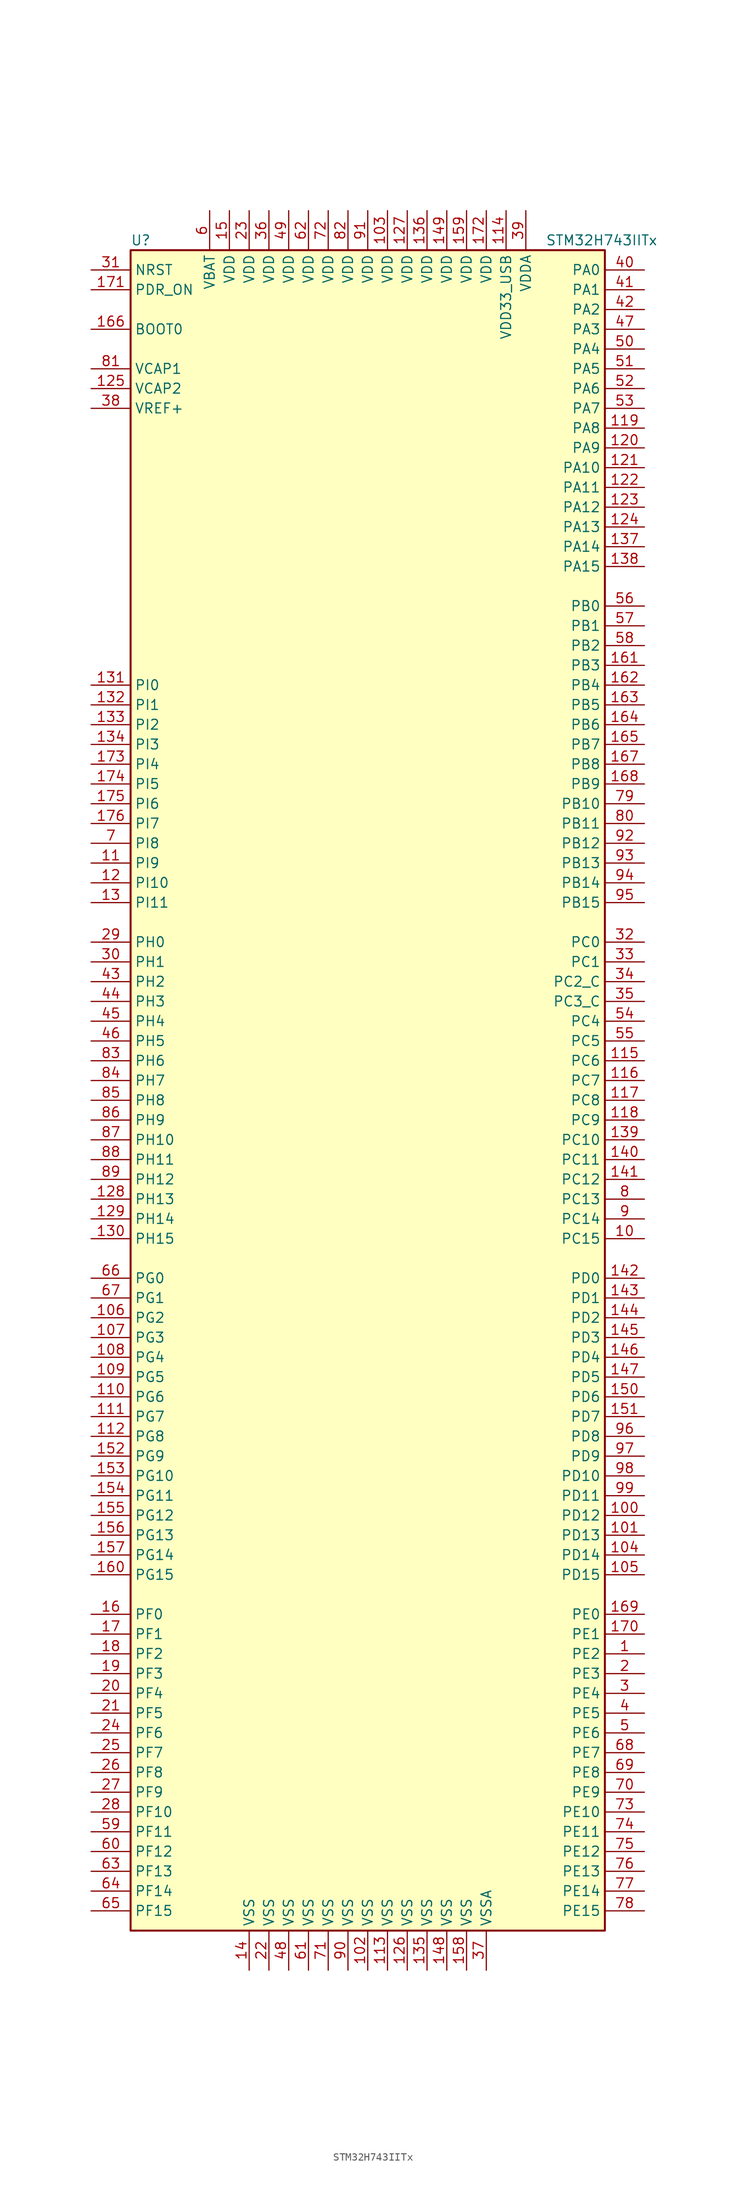
<source format=kicad_sym>
(kicad_symbol_lib
  (version 20201005)
  (generator kicad_symbol_editor)
  (symbol "STM32H743IITx"
    (property "Reference" "U"
      (at -30.48 107.95 0)
      (effects (font (size 1.27 1.27)) (justify left)))
    (property "Value" "STM32H743IITx"
      (at 22.86 107.95 0)
      (effects (font (size 1.27 1.27)) (justify left)))
    (symbol "STM32H743IITx_0_1"
      (rectangle (start -30.48 -109.22) (end 30.48 106.68) (stroke (width 0.254)) (fill (type background))))
    (symbol "STM32H743IITx_1_1"
      (pin bidirectional line (at 35.56 -73.66 180) (length 5.08) (name "PE2" (effects (font (size 1.27 1.27)))) (number "1" (effects (font (size 1.27 1.27)))))
      (pin bidirectional line (at 35.56 -20.32 180) (length 5.08) (name "PC15" (effects (font (size 1.27 1.27)))) (number "10" (effects (font (size 1.27 1.27)))))
      (pin bidirectional line (at 35.56 -55.88 180) (length 5.08) (name "PD12" (effects (font (size 1.27 1.27)))) (number "100" (effects (font (size 1.27 1.27)))))
      (pin bidirectional line (at 35.56 -58.42 180) (length 5.08) (name "PD13" (effects (font (size 1.27 1.27)))) (number "101" (effects (font (size 1.27 1.27)))))
      (pin power_in line (at 0 -114.3 90) (length 5.08) (name "VSS" (effects (font (size 1.27 1.27)))) (number "102" (effects (font (size 1.27 1.27)))))
      (pin power_in line (at 2.54 111.76 270) (length 5.08) (name "VDD" (effects (font (size 1.27 1.27)))) (number "103" (effects (font (size 1.27 1.27)))))
      (pin bidirectional line (at 35.56 -60.96 180) (length 5.08) (name "PD14" (effects (font (size 1.27 1.27)))) (number "104" (effects (font (size 1.27 1.27)))))
      (pin bidirectional line (at 35.56 -63.5 180) (length 5.08) (name "PD15" (effects (font (size 1.27 1.27)))) (number "105" (effects (font (size 1.27 1.27)))))
      (pin bidirectional line (at -35.56 -30.48 0) (length 5.08) (name "PG2" (effects (font (size 1.27 1.27)))) (number "106" (effects (font (size 1.27 1.27)))))
      (pin bidirectional line (at -35.56 -33.02 0) (length 5.08) (name "PG3" (effects (font (size 1.27 1.27)))) (number "107" (effects (font (size 1.27 1.27)))))
      (pin bidirectional line (at -35.56 -35.56 0) (length 5.08) (name "PG4" (effects (font (size 1.27 1.27)))) (number "108" (effects (font (size 1.27 1.27)))))
      (pin bidirectional line (at -35.56 -38.1 0) (length 5.08) (name "PG5" (effects (font (size 1.27 1.27)))) (number "109" (effects (font (size 1.27 1.27)))))
      (pin bidirectional line (at -35.56 27.94 0) (length 5.08) (name "PI9" (effects (font (size 1.27 1.27)))) (number "11" (effects (font (size 1.27 1.27)))))
      (pin bidirectional line (at -35.56 -40.64 0) (length 5.08) (name "PG6" (effects (font (size 1.27 1.27)))) (number "110" (effects (font (size 1.27 1.27)))))
      (pin bidirectional line (at -35.56 -43.18 0) (length 5.08) (name "PG7" (effects (font (size 1.27 1.27)))) (number "111" (effects (font (size 1.27 1.27)))))
      (pin bidirectional line (at -35.56 -45.72 0) (length 5.08) (name "PG8" (effects (font (size 1.27 1.27)))) (number "112" (effects (font (size 1.27 1.27)))))
      (pin power_in line (at 2.54 -114.3 90) (length 5.08) (name "VSS" (effects (font (size 1.27 1.27)))) (number "113" (effects (font (size 1.27 1.27)))))
      (pin power_in line (at 17.78 111.76 270) (length 5.08) (name "VDD33_USB" (effects (font (size 1.27 1.27)))) (number "114" (effects (font (size 1.27 1.27)))))
      (pin bidirectional line (at 35.56 2.54 180) (length 5.08) (name "PC6" (effects (font (size 1.27 1.27)))) (number "115" (effects (font (size 1.27 1.27)))))
      (pin bidirectional line (at 35.56 0 180) (length 5.08) (name "PC7" (effects (font (size 1.27 1.27)))) (number "116" (effects (font (size 1.27 1.27)))))
      (pin bidirectional line (at 35.56 -2.54 180) (length 5.08) (name "PC8" (effects (font (size 1.27 1.27)))) (number "117" (effects (font (size 1.27 1.27)))))
      (pin bidirectional line (at 35.56 -5.08 180) (length 5.08) (name "PC9" (effects (font (size 1.27 1.27)))) (number "118" (effects (font (size 1.27 1.27)))))
      (pin bidirectional line (at 35.56 83.82 180) (length 5.08) (name "PA8" (effects (font (size 1.27 1.27)))) (number "119" (effects (font (size 1.27 1.27)))))
      (pin bidirectional line (at -35.56 25.4 0) (length 5.08) (name "PI10" (effects (font (size 1.27 1.27)))) (number "12" (effects (font (size 1.27 1.27)))))
      (pin bidirectional line (at 35.56 81.28 180) (length 5.08) (name "PA9" (effects (font (size 1.27 1.27)))) (number "120" (effects (font (size 1.27 1.27)))))
      (pin bidirectional line (at 35.56 78.74 180) (length 5.08) (name "PA10" (effects (font (size 1.27 1.27)))) (number "121" (effects (font (size 1.27 1.27)))))
      (pin bidirectional line (at 35.56 76.2 180) (length 5.08) (name "PA11" (effects (font (size 1.27 1.27)))) (number "122" (effects (font (size 1.27 1.27)))))
      (pin bidirectional line (at 35.56 73.66 180) (length 5.08) (name "PA12" (effects (font (size 1.27 1.27)))) (number "123" (effects (font (size 1.27 1.27)))))
      (pin bidirectional line (at 35.56 71.12 180) (length 5.08) (name "PA13" (effects (font (size 1.27 1.27)))) (number "124" (effects (font (size 1.27 1.27)))))
      (pin power_in line (at -35.56 88.9 0) (length 5.08) (name "VCAP2" (effects (font (size 1.27 1.27)))) (number "125" (effects (font (size 1.27 1.27)))))
      (pin power_in line (at 5.08 -114.3 90) (length 5.08) (name "VSS" (effects (font (size 1.27 1.27)))) (number "126" (effects (font (size 1.27 1.27)))))
      (pin power_in line (at 5.08 111.76 270) (length 5.08) (name "VDD" (effects (font (size 1.27 1.27)))) (number "127" (effects (font (size 1.27 1.27)))))
      (pin bidirectional line (at -35.56 -15.24 0) (length 5.08) (name "PH13" (effects (font (size 1.27 1.27)))) (number "128" (effects (font (size 1.27 1.27)))))
      (pin bidirectional line (at -35.56 -17.78 0) (length 5.08) (name "PH14" (effects (font (size 1.27 1.27)))) (number "129" (effects (font (size 1.27 1.27)))))
      (pin bidirectional line (at -35.56 22.86 0) (length 5.08) (name "PI11" (effects (font (size 1.27 1.27)))) (number "13" (effects (font (size 1.27 1.27)))))
      (pin bidirectional line (at -35.56 -20.32 0) (length 5.08) (name "PH15" (effects (font (size 1.27 1.27)))) (number "130" (effects (font (size 1.27 1.27)))))
      (pin bidirectional line (at -35.56 50.8 0) (length 5.08) (name "PI0" (effects (font (size 1.27 1.27)))) (number "131" (effects (font (size 1.27 1.27)))))
      (pin bidirectional line (at -35.56 48.26 0) (length 5.08) (name "PI1" (effects (font (size 1.27 1.27)))) (number "132" (effects (font (size 1.27 1.27)))))
      (pin bidirectional line (at -35.56 45.72 0) (length 5.08) (name "PI2" (effects (font (size 1.27 1.27)))) (number "133" (effects (font (size 1.27 1.27)))))
      (pin bidirectional line (at -35.56 43.18 0) (length 5.08) (name "PI3" (effects (font (size 1.27 1.27)))) (number "134" (effects (font (size 1.27 1.27)))))
      (pin power_in line (at 7.62 -114.3 90) (length 5.08) (name "VSS" (effects (font (size 1.27 1.27)))) (number "135" (effects (font (size 1.27 1.27)))))
      (pin power_in line (at 7.62 111.76 270) (length 5.08) (name "VDD" (effects (font (size 1.27 1.27)))) (number "136" (effects (font (size 1.27 1.27)))))
      (pin bidirectional line (at 35.56 68.58 180) (length 5.08) (name "PA14" (effects (font (size 1.27 1.27)))) (number "137" (effects (font (size 1.27 1.27)))))
      (pin bidirectional line (at 35.56 66.04 180) (length 5.08) (name "PA15" (effects (font (size 1.27 1.27)))) (number "138" (effects (font (size 1.27 1.27)))))
      (pin bidirectional line (at 35.56 -7.62 180) (length 5.08) (name "PC10" (effects (font (size 1.27 1.27)))) (number "139" (effects (font (size 1.27 1.27)))))
      (pin power_in line (at -15.24 -114.3 90) (length 5.08) (name "VSS" (effects (font (size 1.27 1.27)))) (number "14" (effects (font (size 1.27 1.27)))))
      (pin bidirectional line (at 35.56 -10.16 180) (length 5.08) (name "PC11" (effects (font (size 1.27 1.27)))) (number "140" (effects (font (size 1.27 1.27)))))
      (pin bidirectional line (at 35.56 -12.7 180) (length 5.08) (name "PC12" (effects (font (size 1.27 1.27)))) (number "141" (effects (font (size 1.27 1.27)))))
      (pin bidirectional line (at 35.56 -25.4 180) (length 5.08) (name "PD0" (effects (font (size 1.27 1.27)))) (number "142" (effects (font (size 1.27 1.27)))))
      (pin bidirectional line (at 35.56 -27.94 180) (length 5.08) (name "PD1" (effects (font (size 1.27 1.27)))) (number "143" (effects (font (size 1.27 1.27)))))
      (pin bidirectional line (at 35.56 -30.48 180) (length 5.08) (name "PD2" (effects (font (size 1.27 1.27)))) (number "144" (effects (font (size 1.27 1.27)))))
      (pin bidirectional line (at 35.56 -33.02 180) (length 5.08) (name "PD3" (effects (font (size 1.27 1.27)))) (number "145" (effects (font (size 1.27 1.27)))))
      (pin bidirectional line (at 35.56 -35.56 180) (length 5.08) (name "PD4" (effects (font (size 1.27 1.27)))) (number "146" (effects (font (size 1.27 1.27)))))
      (pin bidirectional line (at 35.56 -38.1 180) (length 5.08) (name "PD5" (effects (font (size 1.27 1.27)))) (number "147" (effects (font (size 1.27 1.27)))))
      (pin power_in line (at 10.16 -114.3 90) (length 5.08) (name "VSS" (effects (font (size 1.27 1.27)))) (number "148" (effects (font (size 1.27 1.27)))))
      (pin power_in line (at 10.16 111.76 270) (length 5.08) (name "VDD" (effects (font (size 1.27 1.27)))) (number "149" (effects (font (size 1.27 1.27)))))
      (pin power_in line (at -17.78 111.76 270) (length 5.08) (name "VDD" (effects (font (size 1.27 1.27)))) (number "15" (effects (font (size 1.27 1.27)))))
      (pin bidirectional line (at 35.56 -40.64 180) (length 5.08) (name "PD6" (effects (font (size 1.27 1.27)))) (number "150" (effects (font (size 1.27 1.27)))))
      (pin bidirectional line (at 35.56 -43.18 180) (length 5.08) (name "PD7" (effects (font (size 1.27 1.27)))) (number "151" (effects (font (size 1.27 1.27)))))
      (pin bidirectional line (at -35.56 -48.26 0) (length 5.08) (name "PG9" (effects (font (size 1.27 1.27)))) (number "152" (effects (font (size 1.27 1.27)))))
      (pin bidirectional line (at -35.56 -50.8 0) (length 5.08) (name "PG10" (effects (font (size 1.27 1.27)))) (number "153" (effects (font (size 1.27 1.27)))))
      (pin bidirectional line (at -35.56 -53.34 0) (length 5.08) (name "PG11" (effects (font (size 1.27 1.27)))) (number "154" (effects (font (size 1.27 1.27)))))
      (pin bidirectional line (at -35.56 -55.88 0) (length 5.08) (name "PG12" (effects (font (size 1.27 1.27)))) (number "155" (effects (font (size 1.27 1.27)))))
      (pin bidirectional line (at -35.56 -58.42 0) (length 5.08) (name "PG13" (effects (font (size 1.27 1.27)))) (number "156" (effects (font (size 1.27 1.27)))))
      (pin bidirectional line (at -35.56 -60.96 0) (length 5.08) (name "PG14" (effects (font (size 1.27 1.27)))) (number "157" (effects (font (size 1.27 1.27)))))
      (pin power_in line (at 12.7 -114.3 90) (length 5.08) (name "VSS" (effects (font (size 1.27 1.27)))) (number "158" (effects (font (size 1.27 1.27)))))
      (pin power_in line (at 12.7 111.76 270) (length 5.08) (name "VDD" (effects (font (size 1.27 1.27)))) (number "159" (effects (font (size 1.27 1.27)))))
      (pin bidirectional line (at -35.56 -68.58 0) (length 5.08) (name "PF0" (effects (font (size 1.27 1.27)))) (number "16" (effects (font (size 1.27 1.27)))))
      (pin bidirectional line (at -35.56 -63.5 0) (length 5.08) (name "PG15" (effects (font (size 1.27 1.27)))) (number "160" (effects (font (size 1.27 1.27)))))
      (pin bidirectional line (at 35.56 53.34 180) (length 5.08) (name "PB3" (effects (font (size 1.27 1.27)))) (number "161" (effects (font (size 1.27 1.27)))))
      (pin bidirectional line (at 35.56 50.8 180) (length 5.08) (name "PB4" (effects (font (size 1.27 1.27)))) (number "162" (effects (font (size 1.27 1.27)))))
      (pin bidirectional line (at 35.56 48.26 180) (length 5.08) (name "PB5" (effects (font (size 1.27 1.27)))) (number "163" (effects (font (size 1.27 1.27)))))
      (pin bidirectional line (at 35.56 45.72 180) (length 5.08) (name "PB6" (effects (font (size 1.27 1.27)))) (number "164" (effects (font (size 1.27 1.27)))))
      (pin bidirectional line (at 35.56 43.18 180) (length 5.08) (name "PB7" (effects (font (size 1.27 1.27)))) (number "165" (effects (font (size 1.27 1.27)))))
      (pin input line (at -35.56 96.52 0) (length 5.08) (name "BOOT0" (effects (font (size 1.27 1.27)))) (number "166" (effects (font (size 1.27 1.27)))))
      (pin bidirectional line (at 35.56 40.64 180) (length 5.08) (name "PB8" (effects (font (size 1.27 1.27)))) (number "167" (effects (font (size 1.27 1.27)))))
      (pin bidirectional line (at 35.56 38.1 180) (length 5.08) (name "PB9" (effects (font (size 1.27 1.27)))) (number "168" (effects (font (size 1.27 1.27)))))
      (pin bidirectional line (at 35.56 -68.58 180) (length 5.08) (name "PE0" (effects (font (size 1.27 1.27)))) (number "169" (effects (font (size 1.27 1.27)))))
      (pin bidirectional line (at -35.56 -71.12 0) (length 5.08) (name "PF1" (effects (font (size 1.27 1.27)))) (number "17" (effects (font (size 1.27 1.27)))))
      (pin bidirectional line (at 35.56 -71.12 180) (length 5.08) (name "PE1" (effects (font (size 1.27 1.27)))) (number "170" (effects (font (size 1.27 1.27)))))
      (pin input line (at -35.56 101.6 0) (length 5.08) (name "PDR_ON" (effects (font (size 1.27 1.27)))) (number "171" (effects (font (size 1.27 1.27)))))
      (pin power_in line (at 15.24 111.76 270) (length 5.08) (name "VDD" (effects (font (size 1.27 1.27)))) (number "172" (effects (font (size 1.27 1.27)))))
      (pin bidirectional line (at -35.56 40.64 0) (length 5.08) (name "PI4" (effects (font (size 1.27 1.27)))) (number "173" (effects (font (size 1.27 1.27)))))
      (pin bidirectional line (at -35.56 38.1 0) (length 5.08) (name "PI5" (effects (font (size 1.27 1.27)))) (number "174" (effects (font (size 1.27 1.27)))))
      (pin bidirectional line (at -35.56 35.56 0) (length 5.08) (name "PI6" (effects (font (size 1.27 1.27)))) (number "175" (effects (font (size 1.27 1.27)))))
      (pin bidirectional line (at -35.56 33.02 0) (length 5.08) (name "PI7" (effects (font (size 1.27 1.27)))) (number "176" (effects (font (size 1.27 1.27)))))
      (pin bidirectional line (at -35.56 -73.66 0) (length 5.08) (name "PF2" (effects (font (size 1.27 1.27)))) (number "18" (effects (font (size 1.27 1.27)))))
      (pin bidirectional line (at -35.56 -76.2 0) (length 5.08) (name "PF3" (effects (font (size 1.27 1.27)))) (number "19" (effects (font (size 1.27 1.27)))))
      (pin bidirectional line (at 35.56 -76.2 180) (length 5.08) (name "PE3" (effects (font (size 1.27 1.27)))) (number "2" (effects (font (size 1.27 1.27)))))
      (pin bidirectional line (at -35.56 -78.74 0) (length 5.08) (name "PF4" (effects (font (size 1.27 1.27)))) (number "20" (effects (font (size 1.27 1.27)))))
      (pin bidirectional line (at -35.56 -81.28 0) (length 5.08) (name "PF5" (effects (font (size 1.27 1.27)))) (number "21" (effects (font (size 1.27 1.27)))))
      (pin power_in line (at -12.7 -114.3 90) (length 5.08) (name "VSS" (effects (font (size 1.27 1.27)))) (number "22" (effects (font (size 1.27 1.27)))))
      (pin power_in line (at -15.24 111.76 270) (length 5.08) (name "VDD" (effects (font (size 1.27 1.27)))) (number "23" (effects (font (size 1.27 1.27)))))
      (pin bidirectional line (at -35.56 -83.82 0) (length 5.08) (name "PF6" (effects (font (size 1.27 1.27)))) (number "24" (effects (font (size 1.27 1.27)))))
      (pin bidirectional line (at -35.56 -86.36 0) (length 5.08) (name "PF7" (effects (font (size 1.27 1.27)))) (number "25" (effects (font (size 1.27 1.27)))))
      (pin bidirectional line (at -35.56 -88.9 0) (length 5.08) (name "PF8" (effects (font (size 1.27 1.27)))) (number "26" (effects (font (size 1.27 1.27)))))
      (pin bidirectional line (at -35.56 -91.44 0) (length 5.08) (name "PF9" (effects (font (size 1.27 1.27)))) (number "27" (effects (font (size 1.27 1.27)))))
      (pin bidirectional line (at -35.56 -93.98 0) (length 5.08) (name "PF10" (effects (font (size 1.27 1.27)))) (number "28" (effects (font (size 1.27 1.27)))))
      (pin input line (at -35.56 17.78 0) (length 5.08) (name "PH0" (effects (font (size 1.27 1.27)))) (number "29" (effects (font (size 1.27 1.27)))))
      (pin bidirectional line (at 35.56 -78.74 180) (length 5.08) (name "PE4" (effects (font (size 1.27 1.27)))) (number "3" (effects (font (size 1.27 1.27)))))
      (pin input line (at -35.56 15.24 0) (length 5.08) (name "PH1" (effects (font (size 1.27 1.27)))) (number "30" (effects (font (size 1.27 1.27)))))
      (pin input line (at -35.56 104.14 0) (length 5.08) (name "NRST" (effects (font (size 1.27 1.27)))) (number "31" (effects (font (size 1.27 1.27)))))
      (pin bidirectional line (at 35.56 17.78 180) (length 5.08) (name "PC0" (effects (font (size 1.27 1.27)))) (number "32" (effects (font (size 1.27 1.27)))))
      (pin bidirectional line (at 35.56 15.24 180) (length 5.08) (name "PC1" (effects (font (size 1.27 1.27)))) (number "33" (effects (font (size 1.27 1.27)))))
      (pin bidirectional line (at 35.56 12.7 180) (length 5.08) (name "PC2_C" (effects (font (size 1.27 1.27)))) (number "34" (effects (font (size 1.27 1.27)))))
      (pin bidirectional line (at 35.56 10.16 180) (length 5.08) (name "PC3_C" (effects (font (size 1.27 1.27)))) (number "35" (effects (font (size 1.27 1.27)))))
      (pin power_in line (at -12.7 111.76 270) (length 5.08) (name "VDD" (effects (font (size 1.27 1.27)))) (number "36" (effects (font (size 1.27 1.27)))))
      (pin power_in line (at 15.24 -114.3 90) (length 5.08) (name "VSSA" (effects (font (size 1.27 1.27)))) (number "37" (effects (font (size 1.27 1.27)))))
      (pin bidirectional line (at -35.56 86.36 0) (length 5.08) (name "VREF+" (effects (font (size 1.27 1.27)))) (number "38" (effects (font (size 1.27 1.27)))))
      (pin power_in line (at 20.32 111.76 270) (length 5.08) (name "VDDA" (effects (font (size 1.27 1.27)))) (number "39" (effects (font (size 1.27 1.27)))))
      (pin bidirectional line (at 35.56 -81.28 180) (length 5.08) (name "PE5" (effects (font (size 1.27 1.27)))) (number "4" (effects (font (size 1.27 1.27)))))
      (pin bidirectional line (at 35.56 104.14 180) (length 5.08) (name "PA0" (effects (font (size 1.27 1.27)))) (number "40" (effects (font (size 1.27 1.27)))))
      (pin bidirectional line (at 35.56 101.6 180) (length 5.08) (name "PA1" (effects (font (size 1.27 1.27)))) (number "41" (effects (font (size 1.27 1.27)))))
      (pin bidirectional line (at 35.56 99.06 180) (length 5.08) (name "PA2" (effects (font (size 1.27 1.27)))) (number "42" (effects (font (size 1.27 1.27)))))
      (pin bidirectional line (at -35.56 12.7 0) (length 5.08) (name "PH2" (effects (font (size 1.27 1.27)))) (number "43" (effects (font (size 1.27 1.27)))))
      (pin bidirectional line (at -35.56 10.16 0) (length 5.08) (name "PH3" (effects (font (size 1.27 1.27)))) (number "44" (effects (font (size 1.27 1.27)))))
      (pin bidirectional line (at -35.56 7.62 0) (length 5.08) (name "PH4" (effects (font (size 1.27 1.27)))) (number "45" (effects (font (size 1.27 1.27)))))
      (pin bidirectional line (at -35.56 5.08 0) (length 5.08) (name "PH5" (effects (font (size 1.27 1.27)))) (number "46" (effects (font (size 1.27 1.27)))))
      (pin bidirectional line (at 35.56 96.52 180) (length 5.08) (name "PA3" (effects (font (size 1.27 1.27)))) (number "47" (effects (font (size 1.27 1.27)))))
      (pin power_in line (at -10.16 -114.3 90) (length 5.08) (name "VSS" (effects (font (size 1.27 1.27)))) (number "48" (effects (font (size 1.27 1.27)))))
      (pin power_in line (at -10.16 111.76 270) (length 5.08) (name "VDD" (effects (font (size 1.27 1.27)))) (number "49" (effects (font (size 1.27 1.27)))))
      (pin bidirectional line (at 35.56 -83.82 180) (length 5.08) (name "PE6" (effects (font (size 1.27 1.27)))) (number "5" (effects (font (size 1.27 1.27)))))
      (pin bidirectional line (at 35.56 93.98 180) (length 5.08) (name "PA4" (effects (font (size 1.27 1.27)))) (number "50" (effects (font (size 1.27 1.27)))))
      (pin bidirectional line (at 35.56 91.44 180) (length 5.08) (name "PA5" (effects (font (size 1.27 1.27)))) (number "51" (effects (font (size 1.27 1.27)))))
      (pin bidirectional line (at 35.56 88.9 180) (length 5.08) (name "PA6" (effects (font (size 1.27 1.27)))) (number "52" (effects (font (size 1.27 1.27)))))
      (pin bidirectional line (at 35.56 86.36 180) (length 5.08) (name "PA7" (effects (font (size 1.27 1.27)))) (number "53" (effects (font (size 1.27 1.27)))))
      (pin bidirectional line (at 35.56 7.62 180) (length 5.08) (name "PC4" (effects (font (size 1.27 1.27)))) (number "54" (effects (font (size 1.27 1.27)))))
      (pin bidirectional line (at 35.56 5.08 180) (length 5.08) (name "PC5" (effects (font (size 1.27 1.27)))) (number "55" (effects (font (size 1.27 1.27)))))
      (pin bidirectional line (at 35.56 60.96 180) (length 5.08) (name "PB0" (effects (font (size 1.27 1.27)))) (number "56" (effects (font (size 1.27 1.27)))))
      (pin bidirectional line (at 35.56 58.42 180) (length 5.08) (name "PB1" (effects (font (size 1.27 1.27)))) (number "57" (effects (font (size 1.27 1.27)))))
      (pin bidirectional line (at 35.56 55.88 180) (length 5.08) (name "PB2" (effects (font (size 1.27 1.27)))) (number "58" (effects (font (size 1.27 1.27)))))
      (pin bidirectional line (at -35.56 -96.52 0) (length 5.08) (name "PF11" (effects (font (size 1.27 1.27)))) (number "59" (effects (font (size 1.27 1.27)))))
      (pin power_in line (at -20.32 111.76 270) (length 5.08) (name "VBAT" (effects (font (size 1.27 1.27)))) (number "6" (effects (font (size 1.27 1.27)))))
      (pin bidirectional line (at -35.56 -99.06 0) (length 5.08) (name "PF12" (effects (font (size 1.27 1.27)))) (number "60" (effects (font (size 1.27 1.27)))))
      (pin power_in line (at -7.62 -114.3 90) (length 5.08) (name "VSS" (effects (font (size 1.27 1.27)))) (number "61" (effects (font (size 1.27 1.27)))))
      (pin power_in line (at -7.62 111.76 270) (length 5.08) (name "VDD" (effects (font (size 1.27 1.27)))) (number "62" (effects (font (size 1.27 1.27)))))
      (pin bidirectional line (at -35.56 -101.6 0) (length 5.08) (name "PF13" (effects (font (size 1.27 1.27)))) (number "63" (effects (font (size 1.27 1.27)))))
      (pin bidirectional line (at -35.56 -104.14 0) (length 5.08) (name "PF14" (effects (font (size 1.27 1.27)))) (number "64" (effects (font (size 1.27 1.27)))))
      (pin bidirectional line (at -35.56 -106.68 0) (length 5.08) (name "PF15" (effects (font (size 1.27 1.27)))) (number "65" (effects (font (size 1.27 1.27)))))
      (pin bidirectional line (at -35.56 -25.4 0) (length 5.08) (name "PG0" (effects (font (size 1.27 1.27)))) (number "66" (effects (font (size 1.27 1.27)))))
      (pin bidirectional line (at -35.56 -27.94 0) (length 5.08) (name "PG1" (effects (font (size 1.27 1.27)))) (number "67" (effects (font (size 1.27 1.27)))))
      (pin bidirectional line (at 35.56 -86.36 180) (length 5.08) (name "PE7" (effects (font (size 1.27 1.27)))) (number "68" (effects (font (size 1.27 1.27)))))
      (pin bidirectional line (at 35.56 -88.9 180) (length 5.08) (name "PE8" (effects (font (size 1.27 1.27)))) (number "69" (effects (font (size 1.27 1.27)))))
      (pin bidirectional line (at -35.56 30.48 0) (length 5.08) (name "PI8" (effects (font (size 1.27 1.27)))) (number "7" (effects (font (size 1.27 1.27)))))
      (pin bidirectional line (at 35.56 -91.44 180) (length 5.08) (name "PE9" (effects (font (size 1.27 1.27)))) (number "70" (effects (font (size 1.27 1.27)))))
      (pin power_in line (at -5.08 -114.3 90) (length 5.08) (name "VSS" (effects (font (size 1.27 1.27)))) (number "71" (effects (font (size 1.27 1.27)))))
      (pin power_in line (at -5.08 111.76 270) (length 5.08) (name "VDD" (effects (font (size 1.27 1.27)))) (number "72" (effects (font (size 1.27 1.27)))))
      (pin bidirectional line (at 35.56 -93.98 180) (length 5.08) (name "PE10" (effects (font (size 1.27 1.27)))) (number "73" (effects (font (size 1.27 1.27)))))
      (pin bidirectional line (at 35.56 -96.52 180) (length 5.08) (name "PE11" (effects (font (size 1.27 1.27)))) (number "74" (effects (font (size 1.27 1.27)))))
      (pin bidirectional line (at 35.56 -99.06 180) (length 5.08) (name "PE12" (effects (font (size 1.27 1.27)))) (number "75" (effects (font (size 1.27 1.27)))))
      (pin bidirectional line (at 35.56 -101.6 180) (length 5.08) (name "PE13" (effects (font (size 1.27 1.27)))) (number "76" (effects (font (size 1.27 1.27)))))
      (pin bidirectional line (at 35.56 -104.14 180) (length 5.08) (name "PE14" (effects (font (size 1.27 1.27)))) (number "77" (effects (font (size 1.27 1.27)))))
      (pin bidirectional line (at 35.56 -106.68 180) (length 5.08) (name "PE15" (effects (font (size 1.27 1.27)))) (number "78" (effects (font (size 1.27 1.27)))))
      (pin bidirectional line (at 35.56 35.56 180) (length 5.08) (name "PB10" (effects (font (size 1.27 1.27)))) (number "79" (effects (font (size 1.27 1.27)))))
      (pin bidirectional line (at 35.56 -15.24 180) (length 5.08) (name "PC13" (effects (font (size 1.27 1.27)))) (number "8" (effects (font (size 1.27 1.27)))))
      (pin bidirectional line (at 35.56 33.02 180) (length 5.08) (name "PB11" (effects (font (size 1.27 1.27)))) (number "80" (effects (font (size 1.27 1.27)))))
      (pin power_in line (at -35.56 91.44 0) (length 5.08) (name "VCAP1" (effects (font (size 1.27 1.27)))) (number "81" (effects (font (size 1.27 1.27)))))
      (pin power_in line (at -2.54 111.76 270) (length 5.08) (name "VDD" (effects (font (size 1.27 1.27)))) (number "82" (effects (font (size 1.27 1.27)))))
      (pin bidirectional line (at -35.56 2.54 0) (length 5.08) (name "PH6" (effects (font (size 1.27 1.27)))) (number "83" (effects (font (size 1.27 1.27)))))
      (pin bidirectional line (at -35.56 0 0) (length 5.08) (name "PH7" (effects (font (size 1.27 1.27)))) (number "84" (effects (font (size 1.27 1.27)))))
      (pin bidirectional line (at -35.56 -2.54 0) (length 5.08) (name "PH8" (effects (font (size 1.27 1.27)))) (number "85" (effects (font (size 1.27 1.27)))))
      (pin bidirectional line (at -35.56 -5.08 0) (length 5.08) (name "PH9" (effects (font (size 1.27 1.27)))) (number "86" (effects (font (size 1.27 1.27)))))
      (pin bidirectional line (at -35.56 -7.62 0) (length 5.08) (name "PH10" (effects (font (size 1.27 1.27)))) (number "87" (effects (font (size 1.27 1.27)))))
      (pin bidirectional line (at -35.56 -10.16 0) (length 5.08) (name "PH11" (effects (font (size 1.27 1.27)))) (number "88" (effects (font (size 1.27 1.27)))))
      (pin bidirectional line (at -35.56 -12.7 0) (length 5.08) (name "PH12" (effects (font (size 1.27 1.27)))) (number "89" (effects (font (size 1.27 1.27)))))
      (pin bidirectional line (at 35.56 -17.78 180) (length 5.08) (name "PC14" (effects (font (size 1.27 1.27)))) (number "9" (effects (font (size 1.27 1.27)))))
      (pin power_in line (at -2.54 -114.3 90) (length 5.08) (name "VSS" (effects (font (size 1.27 1.27)))) (number "90" (effects (font (size 1.27 1.27)))))
      (pin power_in line (at 0 111.76 270) (length 5.08) (name "VDD" (effects (font (size 1.27 1.27)))) (number "91" (effects (font (size 1.27 1.27)))))
      (pin bidirectional line (at 35.56 30.48 180) (length 5.08) (name "PB12" (effects (font (size 1.27 1.27)))) (number "92" (effects (font (size 1.27 1.27)))))
      (pin bidirectional line (at 35.56 27.94 180) (length 5.08) (name "PB13" (effects (font (size 1.27 1.27)))) (number "93" (effects (font (size 1.27 1.27)))))
      (pin bidirectional line (at 35.56 25.4 180) (length 5.08) (name "PB14" (effects (font (size 1.27 1.27)))) (number "94" (effects (font (size 1.27 1.27)))))
      (pin bidirectional line (at 35.56 22.86 180) (length 5.08) (name "PB15" (effects (font (size 1.27 1.27)))) (number "95" (effects (font (size 1.27 1.27)))))
      (pin bidirectional line (at 35.56 -45.72 180) (length 5.08) (name "PD8" (effects (font (size 1.27 1.27)))) (number "96" (effects (font (size 1.27 1.27)))))
      (pin bidirectional line (at 35.56 -48.26 180) (length 5.08) (name "PD9" (effects (font (size 1.27 1.27)))) (number "97" (effects (font (size 1.27 1.27)))))
      (pin bidirectional line (at 35.56 -50.8 180) (length 5.08) (name "PD10" (effects (font (size 1.27 1.27)))) (number "98" (effects (font (size 1.27 1.27)))))
      (pin bidirectional line (at 35.56 -53.34 180) (length 5.08) (name "PD11" (effects (font (size 1.27 1.27)))) (number "99" (effects (font (size 1.27 1.27))))))))
</source>
